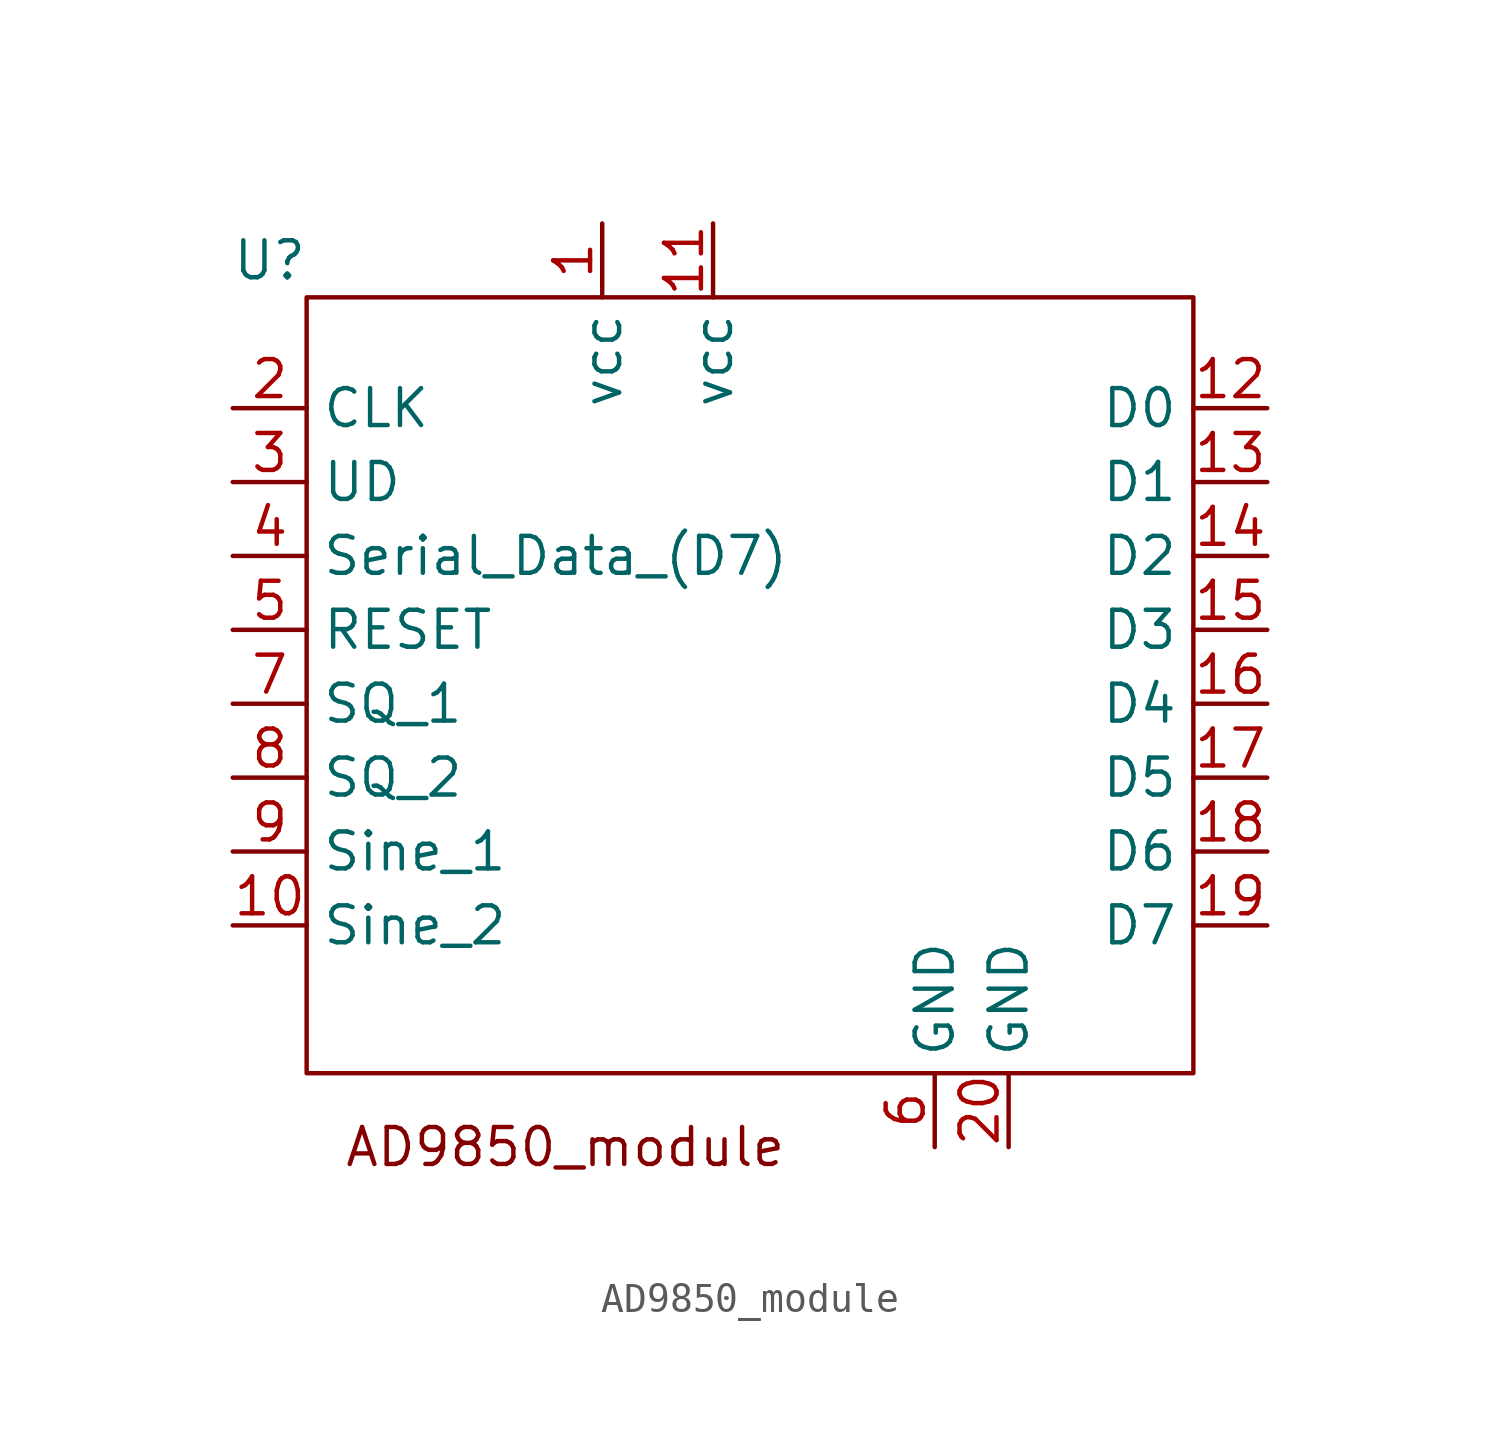
<source format=kicad_sym>
(kicad_symbol_lib
  (version 20220914)
  (generator kicad_symbol_editor)
  (symbol "AD9850_module"
    (property "Reference" "U"
      (at -5.08 5.08 0)
      (effects (font (size 1.27 1.27))))
    (property "Value" ""
      (at 0 0 0)
      (effects (font (size 1.27 1.27))))
    (symbol "AD9850_module_0_1"
      (rectangle (start -3.81 3.81) (end 26.67 -22.86) (stroke (width 0) (type default)) (fill (type none))))
    (symbol "AD9850_module_1_0"
      (text "AD9850_module" (at 5.08 -25.4 0) (effects (font (size 1.27 1.27)))))
    (symbol "AD9850_module_1_1"
      (pin passive line (at 6.35 6.35 270) (length 2.54) (name "vcc" (effects (font (size 1.27 1.27)))) (number "1" (effects (font (size 1.27 1.27)))))
      (pin passive line (at -6.35 -17.78 0) (length 2.54) (name "Sine_2" (effects (font (size 1.27 1.27)))) (number "10" (effects (font (size 1.27 1.27)))))
      (pin passive line (at 10.16 6.35 270) (length 2.54) (name "vcc" (effects (font (size 1.27 1.27)))) (number "11" (effects (font (size 1.27 1.27)))))
      (pin passive line (at 29.21 0 180) (length 2.54) (name "D0" (effects (font (size 1.27 1.27)))) (number "12" (effects (font (size 1.27 1.27)))))
      (pin passive line (at 29.21 -2.54 180) (length 2.54) (name "D1" (effects (font (size 1.27 1.27)))) (number "13" (effects (font (size 1.27 1.27)))))
      (pin passive line (at 29.21 -5.08 180) (length 2.54) (name "D2" (effects (font (size 1.27 1.27)))) (number "14" (effects (font (size 1.27 1.27)))))
      (pin passive line (at 29.21 -7.62 180) (length 2.54) (name "D3" (effects (font (size 1.27 1.27)))) (number "15" (effects (font (size 1.27 1.27)))))
      (pin passive line (at 29.21 -10.16 180) (length 2.54) (name "D4" (effects (font (size 1.27 1.27)))) (number "16" (effects (font (size 1.27 1.27)))))
      (pin passive line (at 29.21 -12.7 180) (length 2.54) (name "D5" (effects (font (size 1.27 1.27)))) (number "17" (effects (font (size 1.27 1.27)))))
      (pin passive line (at 29.21 -15.24 180) (length 2.54) (name "D6" (effects (font (size 1.27 1.27)))) (number "18" (effects (font (size 1.27 1.27)))))
      (pin passive line (at 29.21 -17.78 180) (length 2.54) (name "D7" (effects (font (size 1.27 1.27)))) (number "19" (effects (font (size 1.27 1.27)))))
      (pin passive line (at -6.35 0 0) (length 2.54) (name "CLK" (effects (font (size 1.27 1.27)))) (number "2" (effects (font (size 1.27 1.27)))))
      (pin passive line (at 20.32 -25.4 90) (length 2.54) (name "GND" (effects (font (size 1.27 1.27)))) (number "20" (effects (font (size 1.27 1.27)))))
      (pin passive line (at -6.35 -2.54 0) (length 2.54) (name "UD" (effects (font (size 1.27 1.27)))) (number "3" (effects (font (size 1.27 1.27)))))
      (pin passive line (at -6.35 -5.08 0) (length 2.54) (name "Serial_Data_(D7)" (effects (font (size 1.27 1.27)))) (number "4" (effects (font (size 1.27 1.27)))))
      (pin passive line (at -6.35 -7.62 0) (length 2.54) (name "RESET" (effects (font (size 1.27 1.27)))) (number "5" (effects (font (size 1.27 1.27)))))
      (pin passive line (at 17.78 -25.4 90) (length 2.54) (name "GND" (effects (font (size 1.27 1.27)))) (number "6" (effects (font (size 1.27 1.27)))))
      (pin passive line (at -6.35 -10.16 0) (length 2.54) (name "SQ_1" (effects (font (size 1.27 1.27)))) (number "7" (effects (font (size 1.27 1.27)))))
      (pin passive line (at -6.35 -12.7 0) (length 2.54) (name "SQ_2" (effects (font (size 1.27 1.27)))) (number "8" (effects (font (size 1.27 1.27)))))
      (pin passive line (at -6.35 -15.24 0) (length 2.54) (name "Sine_1" (effects (font (size 1.27 1.27)))) (number "9" (effects (font (size 1.27 1.27))))))))
</source>
